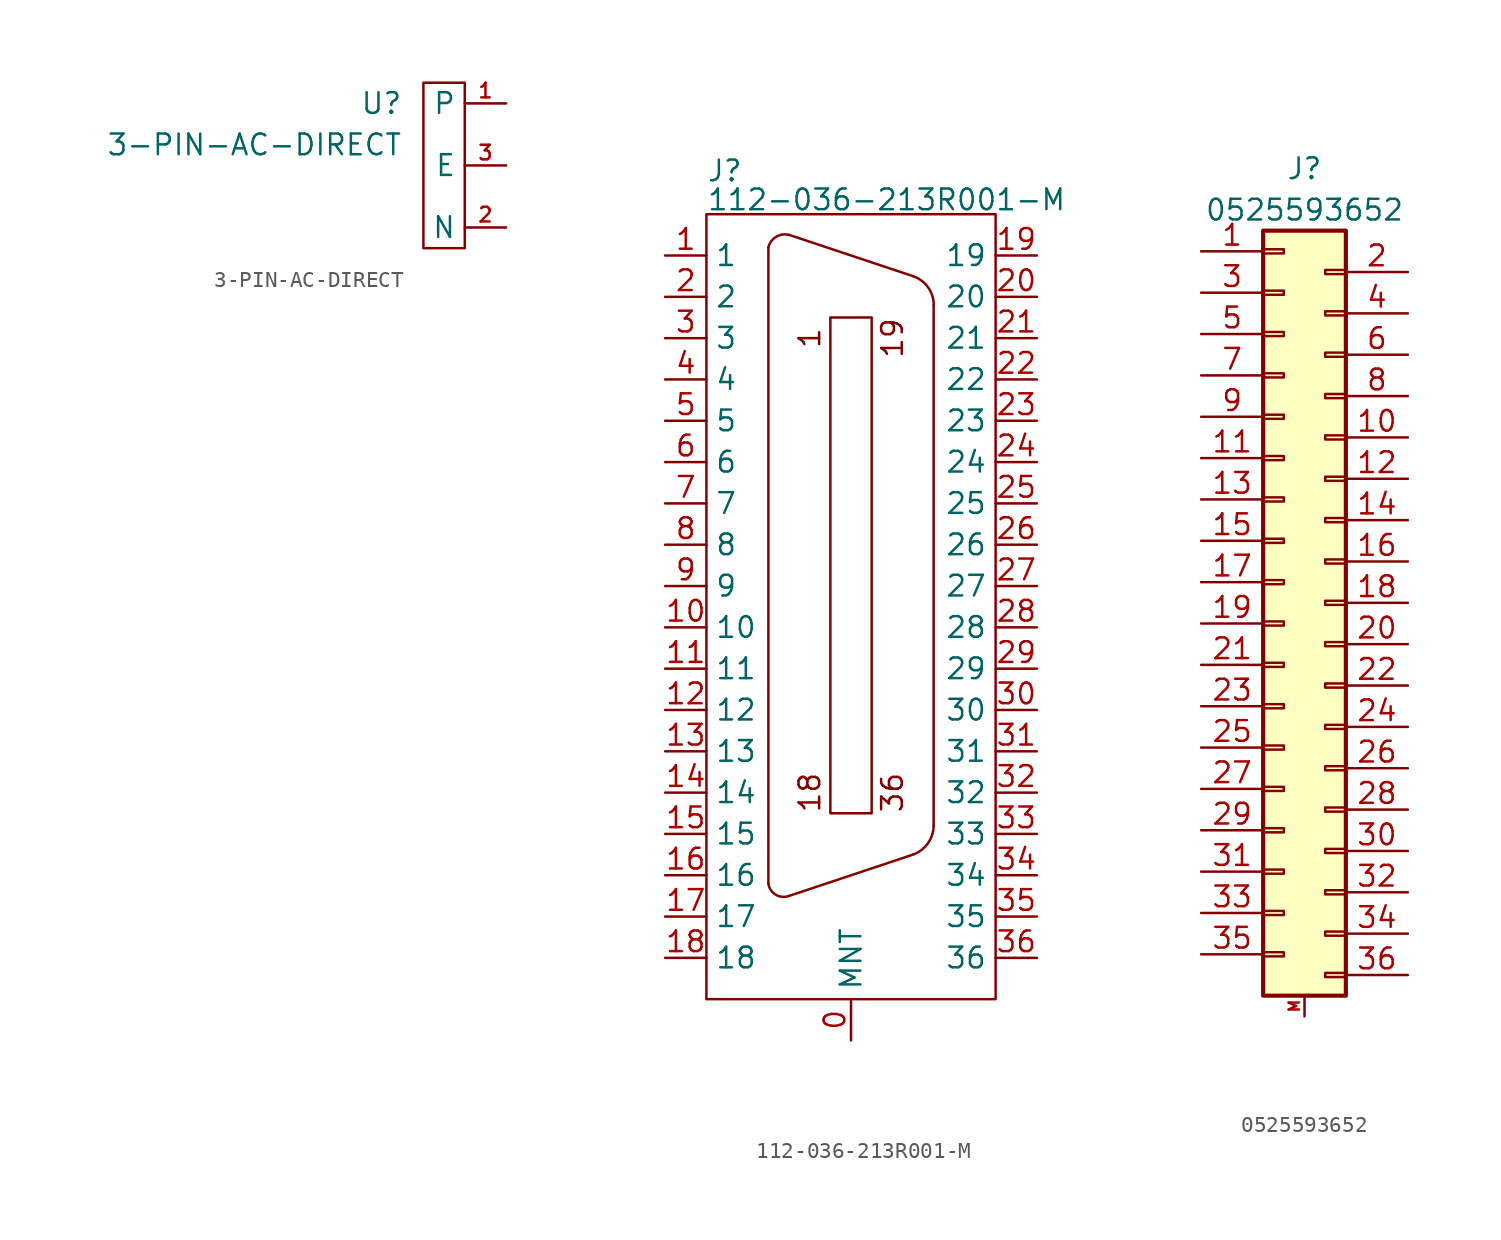
<source format=kicad_sym>
(kicad_symbol_lib
  (version 20220914)
  (generator kicad_symbol_editor)
  (symbol "3-PIN-AC-DIRECT"
    (property "Reference" "U"
      (at -1.27 3.81 0)
      (effects (font (size 1.27 1.27)) (justify right)))
    (property "Value" "3-PIN-AC-DIRECT"
      (at -1.27 1.27 0)
      (effects (font (size 1.27 1.27)) (justify right)))
    (symbol "3-PIN-AC-DIRECT_0_1"
      (rectangle (start 0 5.08) (end 2.54 -5.08) (stroke (width 0) (type default)) (fill (type none))))
    (symbol "3-PIN-AC-DIRECT_1_1"
      (pin passive line (at 5.08 3.81 180) (length 2.54) (name "P" (effects (font (size 1.27 1.27)))) (number "1" (effects (font (size 0.9 0.9)))))
      (pin passive line (at 5.08 -3.81 180) (length 2.54) (name "N" (effects (font (size 1.27 1.27)))) (number "2" (effects (font (size 0.9 0.9)))))
      (pin passive line (at 5.08 0 180) (length 2.54) (name "E" (effects (font (size 1.27 1.27)))) (number "3" (effects (font (size 0.9 0.9)))))))
  (symbol "112-036-213R001-M"
    (property "Reference" "J"
      (at 3.81 2.667 0)
      (effects (font (size 1.27 1.27)) (justify left)))
    (property "Value" "112-036-213R001-M"
      (at 3.81 0.889 0)
      (effects (font (size 1.27 1.27)) (justify left)))
    (symbol "112-036-213R001-M_0_0"
      (pin passive line (at 12.7 -50.8 90) (length 2.54) (name "MNT" (effects (font (size 1.27 1.27)))) (number "0" (effects (font (size 1.27 1.27)))))
      (pin passive line (at 1.27 -2.54 0) (length 2.54) (name "1" (effects (font (size 1.27 1.27)))) (number "1" (effects (font (size 1.27 1.27)))))
      (pin passive line (at 1.27 -25.4 0) (length 2.54) (name "10" (effects (font (size 1.27 1.27)))) (number "10" (effects (font (size 1.27 1.27)))))
      (pin passive line (at 1.27 -27.94 0) (length 2.54) (name "11" (effects (font (size 1.27 1.27)))) (number "11" (effects (font (size 1.27 1.27)))))
      (pin passive line (at 1.27 -30.48 0) (length 2.54) (name "12" (effects (font (size 1.27 1.27)))) (number "12" (effects (font (size 1.27 1.27)))))
      (pin passive line (at 1.27 -33.02 0) (length 2.54) (name "13" (effects (font (size 1.27 1.27)))) (number "13" (effects (font (size 1.27 1.27)))))
      (pin passive line (at 1.27 -35.56 0) (length 2.54) (name "14" (effects (font (size 1.27 1.27)))) (number "14" (effects (font (size 1.27 1.27)))))
      (pin passive line (at 1.27 -38.1 0) (length 2.54) (name "15" (effects (font (size 1.27 1.27)))) (number "15" (effects (font (size 1.27 1.27)))))
      (pin passive line (at 1.27 -40.64 0) (length 2.54) (name "16" (effects (font (size 1.27 1.27)))) (number "16" (effects (font (size 1.27 1.27)))))
      (pin passive line (at 1.27 -43.18 0) (length 2.54) (name "17" (effects (font (size 1.27 1.27)))) (number "17" (effects (font (size 1.27 1.27)))))
      (pin passive line (at 1.27 -45.72 0) (length 2.54) (name "18" (effects (font (size 1.27 1.27)))) (number "18" (effects (font (size 1.27 1.27)))))
      (pin passive line (at 24.13 -2.54 180) (length 2.54) (name "19" (effects (font (size 1.27 1.27)))) (number "19" (effects (font (size 1.27 1.27)))))
      (pin passive line (at 1.27 -5.08 0) (length 2.54) (name "2" (effects (font (size 1.27 1.27)))) (number "2" (effects (font (size 1.27 1.27)))))
      (pin passive line (at 24.13 -5.08 180) (length 2.54) (name "20" (effects (font (size 1.27 1.27)))) (number "20" (effects (font (size 1.27 1.27)))))
      (pin passive line (at 24.13 -7.62 180) (length 2.54) (name "21" (effects (font (size 1.27 1.27)))) (number "21" (effects (font (size 1.27 1.27)))))
      (pin passive line (at 24.13 -10.16 180) (length 2.54) (name "22" (effects (font (size 1.27 1.27)))) (number "22" (effects (font (size 1.27 1.27)))))
      (pin passive line (at 24.13 -12.7 180) (length 2.54) (name "23" (effects (font (size 1.27 1.27)))) (number "23" (effects (font (size 1.27 1.27)))))
      (pin passive line (at 24.13 -15.24 180) (length 2.54) (name "24" (effects (font (size 1.27 1.27)))) (number "24" (effects (font (size 1.27 1.27)))))
      (pin passive line (at 24.13 -17.78 180) (length 2.54) (name "25" (effects (font (size 1.27 1.27)))) (number "25" (effects (font (size 1.27 1.27)))))
      (pin passive line (at 24.13 -20.32 180) (length 2.54) (name "26" (effects (font (size 1.27 1.27)))) (number "26" (effects (font (size 1.27 1.27)))))
      (pin passive line (at 24.13 -22.86 180) (length 2.54) (name "27" (effects (font (size 1.27 1.27)))) (number "27" (effects (font (size 1.27 1.27)))))
      (pin passive line (at 24.13 -25.4 180) (length 2.54) (name "28" (effects (font (size 1.27 1.27)))) (number "28" (effects (font (size 1.27 1.27)))))
      (pin passive line (at 24.13 -27.94 180) (length 2.54) (name "29" (effects (font (size 1.27 1.27)))) (number "29" (effects (font (size 1.27 1.27)))))
      (pin passive line (at 1.27 -7.62 0) (length 2.54) (name "3" (effects (font (size 1.27 1.27)))) (number "3" (effects (font (size 1.27 1.27)))))
      (pin passive line (at 24.13 -30.48 180) (length 2.54) (name "30" (effects (font (size 1.27 1.27)))) (number "30" (effects (font (size 1.27 1.27)))))
      (pin passive line (at 24.13 -33.02 180) (length 2.54) (name "31" (effects (font (size 1.27 1.27)))) (number "31" (effects (font (size 1.27 1.27)))))
      (pin passive line (at 24.13 -35.56 180) (length 2.54) (name "32" (effects (font (size 1.27 1.27)))) (number "32" (effects (font (size 1.27 1.27)))))
      (pin passive line (at 24.13 -38.1 180) (length 2.54) (name "33" (effects (font (size 1.27 1.27)))) (number "33" (effects (font (size 1.27 1.27)))))
      (pin passive line (at 24.13 -40.64 180) (length 2.54) (name "34" (effects (font (size 1.27 1.27)))) (number "34" (effects (font (size 1.27 1.27)))))
      (pin passive line (at 24.13 -43.18 180) (length 2.54) (name "35" (effects (font (size 1.27 1.27)))) (number "35" (effects (font (size 1.27 1.27)))))
      (pin passive line (at 24.13 -45.72 180) (length 2.54) (name "36" (effects (font (size 1.27 1.27)))) (number "36" (effects (font (size 1.27 1.27)))))
      (pin passive line (at 1.27 -10.16 0) (length 2.54) (name "4" (effects (font (size 1.27 1.27)))) (number "4" (effects (font (size 1.27 1.27)))))
      (pin passive line (at 1.27 -12.7 0) (length 2.54) (name "5" (effects (font (size 1.27 1.27)))) (number "5" (effects (font (size 1.27 1.27)))))
      (pin passive line (at 1.27 -15.24 0) (length 2.54) (name "6" (effects (font (size 1.27 1.27)))) (number "6" (effects (font (size 1.27 1.27)))))
      (pin passive line (at 1.27 -17.78 0) (length 2.54) (name "7" (effects (font (size 1.27 1.27)))) (number "7" (effects (font (size 1.27 1.27)))))
      (pin passive line (at 1.27 -20.32 0) (length 2.54) (name "8" (effects (font (size 1.27 1.27)))) (number "8" (effects (font (size 1.27 1.27)))))
      (pin passive line (at 1.27 -22.86 0) (length 2.54) (name "9" (effects (font (size 1.27 1.27)))) (number "9" (effects (font (size 1.27 1.27))))))
    (symbol "112-036-213R001-M_0_1"
      (polyline (pts (xy 7.62 -2.032) (xy 7.62 -41.148)) (stroke (width 0) (type default)) (fill (type none)))
      (polyline (pts (xy 8.89 -1.27) (xy 16.51 -3.81)) (stroke (width 0) (type default)) (fill (type none)))
      (polyline (pts (xy 16.51 -39.37) (xy 8.89 -41.91)) (stroke (width 0) (type default)) (fill (type none)))
      (polyline (pts (xy 17.78 -5.588) (xy 17.78 -37.592)) (stroke (width 0) (type default)) (fill (type none)))
      (rectangle (start 3.81 0) (end 21.59 -48.26) (stroke (width 0) (type default)) (fill (type none)))
      (arc (start 7.62 -41.148) (mid 8.0728 -41.8327) (end 8.89 -41.91) (stroke (width 0) (type default)) (fill (type none)))
      (arc (start 8.89 -1.27) (mid 8.0986 -1.3903) (end 7.62 -2.032) (stroke (width 0) (type default)) (fill (type none)))
      (rectangle (start 11.43 -6.35) (end 13.97 -36.83) (stroke (width 0) (type default)) (fill (type none)))
      (arc (start 16.51 -39.37) (mid 17.4237 -38.6801) (end 17.78 -37.592) (stroke (width 0) (type default)) (fill (type none)))
      (arc (start 17.78 -5.588) (mid 17.4324 -4.4937) (end 16.51 -3.81) (stroke (width 0) (type default)) (fill (type none)))
      (text "1" (at 10.16 -7.62 900) (effects (font (size 1.27 1.27))))
      (text "18" (at 10.16 -35.56 900) (effects (font (size 1.27 1.27))))
      (text "19" (at 15.24 -7.62 900) (effects (font (size 1.27 1.27))))
      (text "36" (at 15.24 -35.56 900) (effects (font (size 1.27 1.27))))))
  (symbol "0525593652"
    (pin_names
      (offset 1.016) hide)
    (property "Reference" "J"
      (at 1.27 25.4 0)
      (effects (font (size 1.27 1.27))))
    (property "Value" "0525593652"
      (at 1.27 22.86 0)
      (effects (font (size 1.27 1.27))))
    (symbol "0525593652_1_1"
      (rectangle (start -1.27 -22.733) (end 0 -22.987) (stroke (width 0.152) (type default)) (fill (type none)))
      (rectangle (start -1.27 -20.193) (end 0 -20.447) (stroke (width 0.152) (type default)) (fill (type none)))
      (rectangle (start -1.27 -17.653) (end 0 -17.907) (stroke (width 0.152) (type default)) (fill (type none)))
      (rectangle (start -1.27 -15.113) (end 0 -15.367) (stroke (width 0.152) (type default)) (fill (type none)))
      (rectangle (start -1.27 -12.573) (end 0 -12.827) (stroke (width 0.152) (type default)) (fill (type none)))
      (rectangle (start -1.27 -10.033) (end 0 -10.287) (stroke (width 0.152) (type default)) (fill (type none)))
      (rectangle (start -1.27 -7.493) (end 0 -7.747) (stroke (width 0.152) (type default)) (fill (type none)))
      (rectangle (start -1.27 -4.953) (end 0 -5.207) (stroke (width 0.152) (type default)) (fill (type none)))
      (rectangle (start -1.27 -2.413) (end 0 -2.667) (stroke (width 0.152) (type default)) (fill (type none)))
      (rectangle (start -1.27 0.127) (end 0 -0.127) (stroke (width 0.152) (type default)) (fill (type none)))
      (rectangle (start -1.27 2.667) (end 0 2.413) (stroke (width 0.152) (type default)) (fill (type none)))
      (rectangle (start -1.27 5.207) (end 0 4.953) (stroke (width 0.152) (type default)) (fill (type none)))
      (rectangle (start -1.27 7.747) (end 0 7.493) (stroke (width 0.152) (type default)) (fill (type none)))
      (rectangle (start -1.27 10.287) (end 0 10.033) (stroke (width 0.152) (type default)) (fill (type none)))
      (rectangle (start -1.27 12.827) (end 0 12.573) (stroke (width 0.152) (type default)) (fill (type none)))
      (rectangle (start -1.27 15.367) (end 0 15.113) (stroke (width 0.152) (type default)) (fill (type none)))
      (rectangle (start -1.27 17.907) (end 0 17.653) (stroke (width 0.152) (type default)) (fill (type none)))
      (rectangle (start -1.27 20.447) (end 0 20.193) (stroke (width 0.152) (type default)) (fill (type none)))
      (rectangle (start -1.27 21.59) (end 3.81 -25.4) (stroke (width 0.254) (type default)) (fill (type background)))
      (rectangle (start 3.81 -24.003) (end 2.54 -24.257) (stroke (width 0.152) (type default)) (fill (type none)))
      (rectangle (start 3.81 -21.463) (end 2.54 -21.717) (stroke (width 0.152) (type default)) (fill (type none)))
      (rectangle (start 3.81 -18.923) (end 2.54 -19.177) (stroke (width 0.152) (type default)) (fill (type none)))
      (rectangle (start 3.81 -16.383) (end 2.54 -16.637) (stroke (width 0.152) (type default)) (fill (type none)))
      (rectangle (start 3.81 -13.843) (end 2.54 -14.097) (stroke (width 0.152) (type default)) (fill (type none)))
      (rectangle (start 3.81 -11.303) (end 2.54 -11.557) (stroke (width 0.152) (type default)) (fill (type none)))
      (rectangle (start 3.81 -8.763) (end 2.54 -9.017) (stroke (width 0.152) (type default)) (fill (type none)))
      (rectangle (start 3.81 -6.223) (end 2.54 -6.477) (stroke (width 0.152) (type default)) (fill (type none)))
      (rectangle (start 3.81 -3.683) (end 2.54 -3.937) (stroke (width 0.152) (type default)) (fill (type none)))
      (rectangle (start 3.81 -1.143) (end 2.54 -1.397) (stroke (width 0.152) (type default)) (fill (type none)))
      (rectangle (start 3.81 1.397) (end 2.54 1.143) (stroke (width 0.152) (type default)) (fill (type none)))
      (rectangle (start 3.81 3.937) (end 2.54 3.683) (stroke (width 0.152) (type default)) (fill (type none)))
      (rectangle (start 3.81 6.477) (end 2.54 6.223) (stroke (width 0.152) (type default)) (fill (type none)))
      (rectangle (start 3.81 9.017) (end 2.54 8.763) (stroke (width 0.152) (type default)) (fill (type none)))
      (rectangle (start 3.81 11.557) (end 2.54 11.303) (stroke (width 0.152) (type default)) (fill (type none)))
      (rectangle (start 3.81 14.097) (end 2.54 13.843) (stroke (width 0.152) (type default)) (fill (type none)))
      (rectangle (start 3.81 16.637) (end 2.54 16.383) (stroke (width 0.152) (type default)) (fill (type none)))
      (rectangle (start 3.81 19.177) (end 2.54 18.923) (stroke (width 0.152) (type default)) (fill (type none)))
      (pin passive line (at -5.08 20.32 0) (length 3.81) (name "Pin_1" (effects (font (size 1.27 1.27)))) (number "1" (effects (font (size 1.27 1.27)))))
      (pin passive line (at 7.62 8.89 180) (length 3.81) (name "Pin_10" (effects (font (size 1.27 1.27)))) (number "10" (effects (font (size 1.27 1.27)))))
      (pin passive line (at -5.08 7.62 0) (length 3.81) (name "Pin_11" (effects (font (size 1.27 1.27)))) (number "11" (effects (font (size 1.27 1.27)))))
      (pin passive line (at 7.62 6.35 180) (length 3.81) (name "Pin_12" (effects (font (size 1.27 1.27)))) (number "12" (effects (font (size 1.27 1.27)))))
      (pin passive line (at -5.08 5.08 0) (length 3.81) (name "Pin_13" (effects (font (size 1.27 1.27)))) (number "13" (effects (font (size 1.27 1.27)))))
      (pin passive line (at 7.62 3.81 180) (length 3.81) (name "Pin_14" (effects (font (size 1.27 1.27)))) (number "14" (effects (font (size 1.27 1.27)))))
      (pin passive line (at -5.08 2.54 0) (length 3.81) (name "Pin_15" (effects (font (size 1.27 1.27)))) (number "15" (effects (font (size 1.27 1.27)))))
      (pin passive line (at 7.62 1.27 180) (length 3.81) (name "Pin_16" (effects (font (size 1.27 1.27)))) (number "16" (effects (font (size 1.27 1.27)))))
      (pin passive line (at -5.08 0 0) (length 3.81) (name "Pin_17" (effects (font (size 1.27 1.27)))) (number "17" (effects (font (size 1.27 1.27)))))
      (pin passive line (at 7.62 -1.27 180) (length 3.81) (name "Pin_18" (effects (font (size 1.27 1.27)))) (number "18" (effects (font (size 1.27 1.27)))))
      (pin passive line (at -5.08 -2.54 0) (length 3.81) (name "Pin_19" (effects (font (size 1.27 1.27)))) (number "19" (effects (font (size 1.27 1.27)))))
      (pin passive line (at 7.62 19.05 180) (length 3.81) (name "Pin_2" (effects (font (size 1.27 1.27)))) (number "2" (effects (font (size 1.27 1.27)))))
      (pin passive line (at 7.62 -3.81 180) (length 3.81) (name "Pin_20" (effects (font (size 1.27 1.27)))) (number "20" (effects (font (size 1.27 1.27)))))
      (pin passive line (at -5.08 -5.08 0) (length 3.81) (name "Pin_21" (effects (font (size 1.27 1.27)))) (number "21" (effects (font (size 1.27 1.27)))))
      (pin passive line (at 7.62 -6.35 180) (length 3.81) (name "Pin_22" (effects (font (size 1.27 1.27)))) (number "22" (effects (font (size 1.27 1.27)))))
      (pin passive line (at -5.08 -7.62 0) (length 3.81) (name "Pin_23" (effects (font (size 1.27 1.27)))) (number "23" (effects (font (size 1.27 1.27)))))
      (pin passive line (at 7.62 -8.89 180) (length 3.81) (name "Pin_24" (effects (font (size 1.27 1.27)))) (number "24" (effects (font (size 1.27 1.27)))))
      (pin passive line (at -5.08 -10.16 0) (length 3.81) (name "Pin_25" (effects (font (size 1.27 1.27)))) (number "25" (effects (font (size 1.27 1.27)))))
      (pin passive line (at 7.62 -11.43 180) (length 3.81) (name "Pin_26" (effects (font (size 1.27 1.27)))) (number "26" (effects (font (size 1.27 1.27)))))
      (pin passive line (at -5.08 -12.7 0) (length 3.81) (name "Pin_27" (effects (font (size 1.27 1.27)))) (number "27" (effects (font (size 1.27 1.27)))))
      (pin passive line (at 7.62 -13.97 180) (length 3.81) (name "Pin_28" (effects (font (size 1.27 1.27)))) (number "28" (effects (font (size 1.27 1.27)))))
      (pin passive line (at -5.08 -15.24 0) (length 3.81) (name "Pin_29" (effects (font (size 1.27 1.27)))) (number "29" (effects (font (size 1.27 1.27)))))
      (pin passive line (at -5.08 17.78 0) (length 3.81) (name "Pin_3" (effects (font (size 1.27 1.27)))) (number "3" (effects (font (size 1.27 1.27)))))
      (pin passive line (at 7.62 -16.51 180) (length 3.81) (name "Pin_30" (effects (font (size 1.27 1.27)))) (number "30" (effects (font (size 1.27 1.27)))))
      (pin passive line (at -5.08 -17.78 0) (length 3.81) (name "Pin_31" (effects (font (size 1.27 1.27)))) (number "31" (effects (font (size 1.27 1.27)))))
      (pin passive line (at 7.62 -19.05 180) (length 3.81) (name "Pin_32" (effects (font (size 1.27 1.27)))) (number "32" (effects (font (size 1.27 1.27)))))
      (pin passive line (at -5.08 -20.32 0) (length 3.81) (name "Pin_33" (effects (font (size 1.27 1.27)))) (number "33" (effects (font (size 1.27 1.27)))))
      (pin passive line (at 7.62 -21.59 180) (length 3.81) (name "Pin_34" (effects (font (size 1.27 1.27)))) (number "34" (effects (font (size 1.27 1.27)))))
      (pin passive line (at -5.08 -22.86 0) (length 3.81) (name "Pin_35" (effects (font (size 1.27 1.27)))) (number "35" (effects (font (size 1.27 1.27)))))
      (pin passive line (at 7.62 -24.13 180) (length 3.81) (name "Pin_36" (effects (font (size 1.27 1.27)))) (number "36" (effects (font (size 1.27 1.27)))))
      (pin passive line (at 7.62 16.51 180) (length 3.81) (name "Pin_4" (effects (font (size 1.27 1.27)))) (number "4" (effects (font (size 1.27 1.27)))))
      (pin passive line (at -5.08 15.24 0) (length 3.81) (name "Pin_5" (effects (font (size 1.27 1.27)))) (number "5" (effects (font (size 1.27 1.27)))))
      (pin passive line (at 7.62 13.97 180) (length 3.81) (name "Pin_6" (effects (font (size 1.27 1.27)))) (number "6" (effects (font (size 1.27 1.27)))))
      (pin passive line (at -5.08 12.7 0) (length 3.81) (name "Pin_7" (effects (font (size 1.27 1.27)))) (number "7" (effects (font (size 1.27 1.27)))))
      (pin passive line (at 7.62 11.43 180) (length 3.81) (name "Pin_8" (effects (font (size 1.27 1.27)))) (number "8" (effects (font (size 1.27 1.27)))))
      (pin passive line (at -5.08 10.16 0) (length 3.81) (name "Pin_9" (effects (font (size 1.27 1.27)))) (number "9" (effects (font (size 1.27 1.27)))))
      (pin passive line (at 1.27 -26.67 90) (length 1.27) (name "MNT" (effects (font (size 0.635 0.635)))) (number "M" (effects (font (size 0.635 0.635))))))))
</source>
